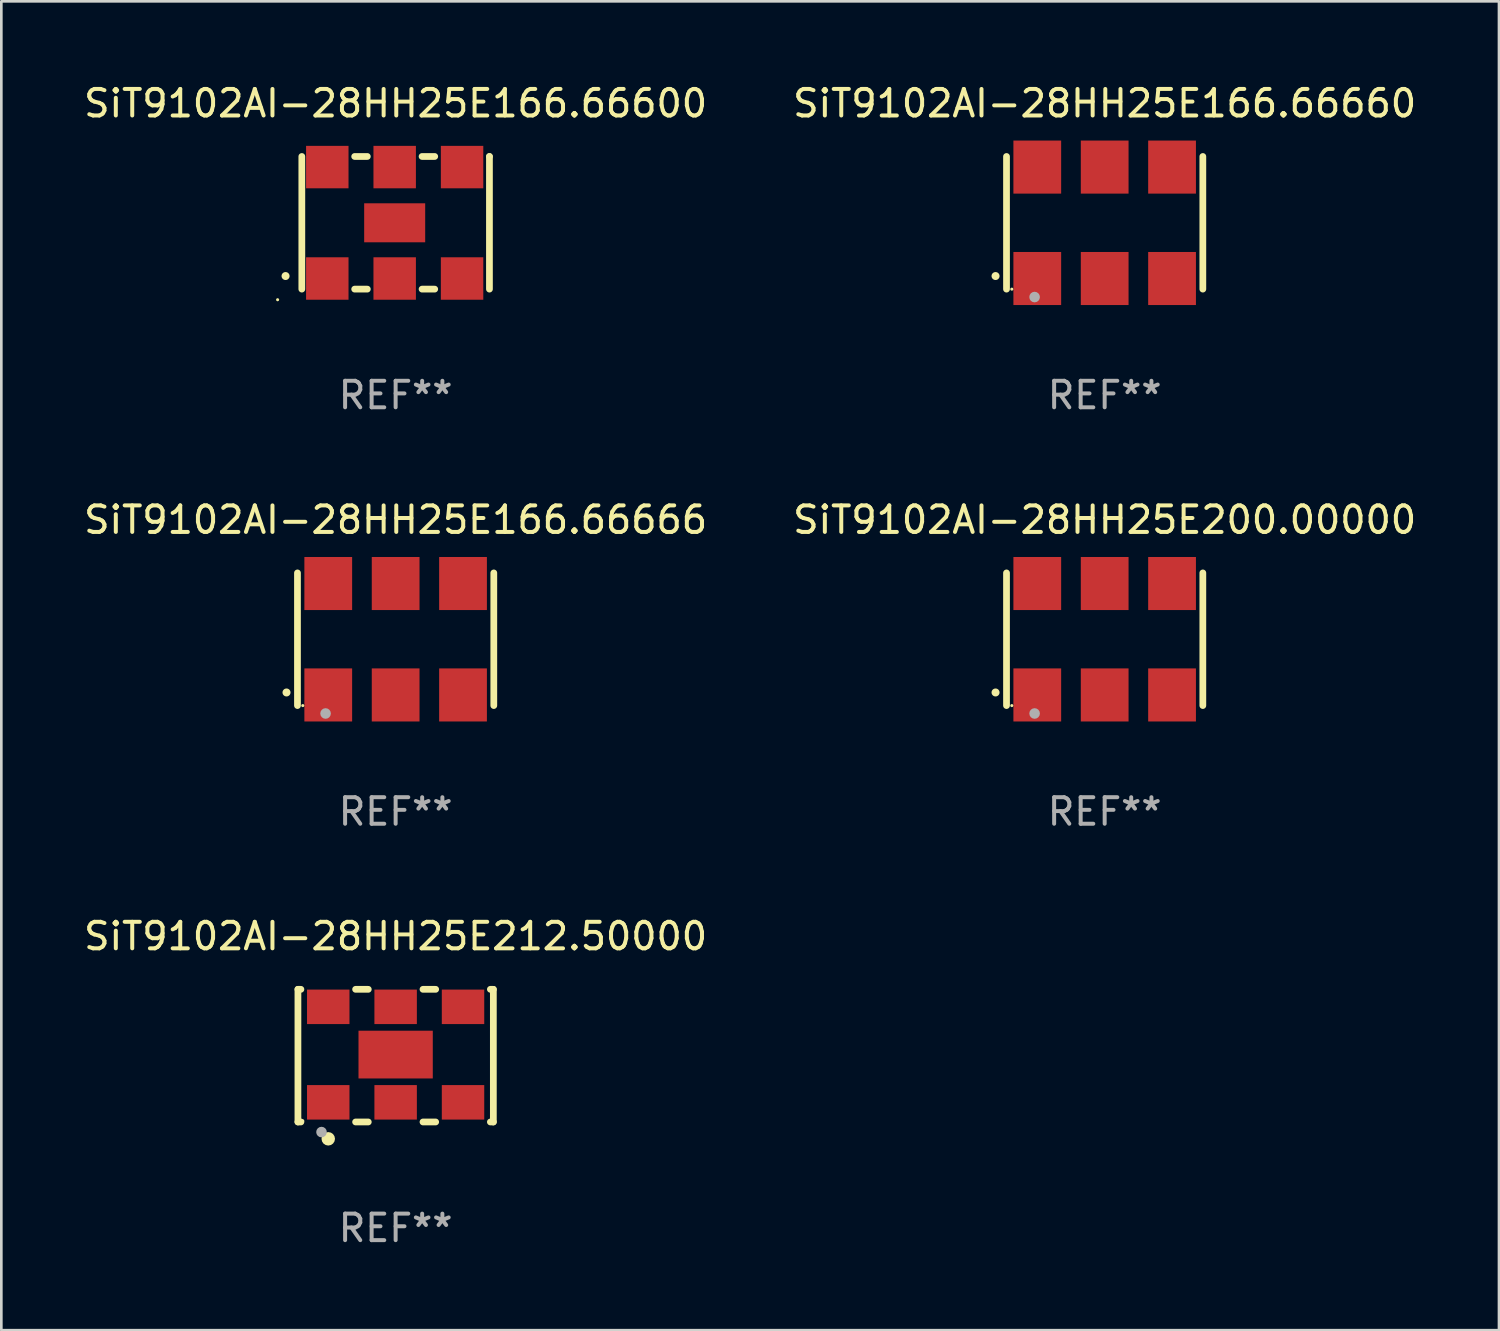
<source format=kicad_pcb>
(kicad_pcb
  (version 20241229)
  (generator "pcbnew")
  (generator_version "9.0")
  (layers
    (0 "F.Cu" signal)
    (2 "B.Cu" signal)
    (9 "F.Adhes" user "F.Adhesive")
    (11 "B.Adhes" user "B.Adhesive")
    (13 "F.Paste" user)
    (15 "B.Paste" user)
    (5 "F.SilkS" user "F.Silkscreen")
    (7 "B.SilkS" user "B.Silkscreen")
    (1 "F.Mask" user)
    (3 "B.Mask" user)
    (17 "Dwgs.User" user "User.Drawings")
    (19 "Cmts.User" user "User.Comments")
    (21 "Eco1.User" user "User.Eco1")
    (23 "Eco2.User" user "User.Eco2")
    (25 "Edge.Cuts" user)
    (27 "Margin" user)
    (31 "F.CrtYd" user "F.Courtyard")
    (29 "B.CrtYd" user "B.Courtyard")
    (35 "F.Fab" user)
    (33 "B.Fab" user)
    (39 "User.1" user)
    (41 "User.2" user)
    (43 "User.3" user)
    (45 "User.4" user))
  (footprint "SiT9102AI-28HH25E166.66600"
    (layer "F.Cu")
    (at 11.863 5.348)
    (property "Reference" "SiT9102AI-28HH25E166.66600" (at 0 -4.5 0) (layer "F.SilkS") (effects (font (size 1 1) (thickness 0.15))))
    (attr through_hole)
    (fp_line (start -3.536 -2.5) (end -3.536 2.5) (stroke (width 0.254) (type solid)) (layer "F.SilkS"))
    (fp_line (start -1.544 2.5) (end -1.067 2.5) (stroke (width 0.254) (type solid)) (layer "F.SilkS"))
    (fp_line (start -1.067 -2.5) (end -1.544 -2.5) (stroke (width 0.254) (type solid)) (layer "F.SilkS"))
    (fp_line (start 0.996 2.5) (end 1.473 2.5) (stroke (width 0.254) (type solid)) (layer "F.SilkS"))
    (fp_line (start 1.473 -2.5) (end 0.996 -2.5) (stroke (width 0.254) (type solid)) (layer "F.SilkS"))
    (fp_line (start 3.536 -2.5) (end 3.536 -2.5) (stroke (width 0.254) (type solid)) (layer "F.SilkS"))
    (fp_line (start 3.536 2.5) (end 3.536 -2.5) (stroke (width 0.254) (type solid)) (layer "F.SilkS"))
    (fp_arc (start -4.150432 2.006604) (mid -4.149162 2.006599) (end -4.147892 2.006604) (stroke (width 0.3) (type solid)) (layer "F.SilkS"))
    (fp_circle (center -4.449 2.9) (end -4.419 2.9) (stroke (width 0.06) (type solid)) (fill no) (layer "F.SilkS"))
    (fp_text user "REF**" (at 0 6.5 0) (layer "F.Fab") (effects (font (size 1 1) (thickness 0.15))))
    (pad "1" smd rect (at -2.576 2.1) (size 1.6 1.6) (layers "F.Cu" "F.Mask" "F.Paste"))
    (pad "2" smd rect (at -0.036 2.1) (size 1.6 1.6) (layers "F.Cu" "F.Mask" "F.Paste"))
    (pad "3" smd rect (at 2.504 2.1) (size 1.6 1.6) (layers "F.Cu" "F.Mask" "F.Paste"))
    (pad "4" smd rect (at 2.504 -2.1) (size 1.6 1.6) (layers "F.Cu" "F.Mask" "F.Paste"))
    (pad "5" smd rect (at -0.036 -2.1) (size 1.6 1.6) (layers "F.Cu" "F.Mask" "F.Paste"))
    (pad "6" smd rect (at -2.576 -2.1) (size 1.6 1.6) (layers "F.Cu" "F.Mask" "F.Paste"))
    (pad "7" smd rect (at -0.036 0) (size 2.3 1.47) (layers "F.Cu" "F.Mask" "F.Paste")))
  (footprint "SiT9102AI-28HH25E212.50000"
    (layer "F.Cu")
    (at 11.863 36.741)
    (property "Reference" "SiT9102AI-28HH25E212.50000" (at 0 -4.5 0) (layer "F.SilkS") (effects (font (size 1 1) (thickness 0.15))))
    (attr through_hole)
    (fp_line (start -3.683 -2.5) (end -3.571 -2.5) (stroke (width 0.254) (type solid)) (layer "F.SilkS"))
    (fp_line (start -3.683 2.5) (end -3.683 -2.5) (stroke (width 0.254) (type solid)) (layer "F.SilkS"))
    (fp_line (start -3.683 2.5) (end -3.571 2.5) (stroke (width 0.254) (type solid)) (layer "F.SilkS"))
    (fp_line (start -1.509 -2.5) (end -1.031 -2.5) (stroke (width 0.254) (type solid)) (layer "F.SilkS"))
    (fp_line (start -1.509 2.5) (end -1.031 2.5) (stroke (width 0.254) (type solid)) (layer "F.SilkS"))
    (fp_line (start 1.031 -2.5) (end 1.509 -2.5) (stroke (width 0.254) (type solid)) (layer "F.SilkS"))
    (fp_line (start 1.031 2.5) (end 1.509 2.5) (stroke (width 0.254) (type solid)) (layer "F.SilkS"))
    (fp_line (start 3.571 -2.5) (end 3.683 -2.5) (stroke (width 0.254) (type solid)) (layer "F.SilkS"))
    (fp_line (start 3.571 2.5) (end 3.683 2.5) (stroke (width 0.254) (type solid)) (layer "F.SilkS"))
    (fp_line (start 3.683 2.5) (end 3.683 -2.5) (stroke (width 0.254) (type solid)) (layer "F.SilkS"))
    (fp_circle (center -3.5 2.46) (end -3.47 2.46) (stroke (width 0.06) (type solid)) (fill no) (layer "F.SilkS"))
    (fp_circle (center -2.54 3.135) (end -2.413 3.135) (stroke (width 0.254) (type solid)) (fill no) (layer "F.SilkS"))
    (fp_circle (center -2.794 2.881) (end -2.694 2.881) (stroke (width 0.2) (type solid)) (fill no) (layer "F.Fab"))
    (fp_text user "REF**" (at 0 6.5 0) (layer "F.Fab") (effects (font (size 1 1) (thickness 0.15))))
    (pad "1" smd rect (at -2.54 1.76) (size 1.6 1.3) (layers "F.Cu" "F.Mask" "F.Paste"))
    (pad "2" smd rect (at 0 1.76) (size 1.6 1.3) (layers "F.Cu" "F.Mask" "F.Paste"))
    (pad "3" smd rect (at 2.54 1.76) (size 1.6 1.3) (layers "F.Cu" "F.Mask" "F.Paste"))
    (pad "4" smd rect (at 2.54 -1.84) (size 1.6 1.3) (layers "F.Cu" "F.Mask" "F.Paste"))
    (pad "5" smd rect (at 0 -1.84) (size 1.6 1.3) (layers "F.Cu" "F.Mask" "F.Paste"))
    (pad "6" smd rect (at -2.54 -1.84) (size 1.6 1.3) (layers "F.Cu" "F.Mask" "F.Paste"))
    (pad "7" smd rect (at 0 -0.04) (size 2.8 1.8) (layers "F.Cu" "F.Mask" "F.Paste")))
  (footprint "SiT9102AI-28HH25E200.00000"
    (layer "F.Cu")
    (at 38.589 21.045)
    (property "Reference" "SiT9102AI-28HH25E200.00000" (at 0 -4.5 0) (layer "F.SilkS") (effects (font (size 1 1) (thickness 0.15))))
    (attr through_hole)
    (fp_line (start -3.7 -2.5) (end -3.7 2.5) (stroke (width 0.254) (type solid)) (layer "F.SilkS"))
    (fp_line (start 3.7 -2.5) (end 3.7 2.5) (stroke (width 0.254) (type solid)) (layer "F.SilkS"))
    (fp_arc (start -4.114415 2.006604) (mid -4.113145 2.006599) (end -4.111875 2.006604) (stroke (width 0.3) (type solid)) (layer "F.SilkS"))
    (fp_circle (center -3.5 2.501) (end -3.47 2.501) (stroke (width 0.06) (type solid)) (fill no) (layer "F.SilkS"))
    (fp_circle (center -2.641 2.799) (end -2.541 2.799) (stroke (width 0.2) (type solid)) (fill no) (layer "F.Fab"))
    (fp_text user "REF**" (at 0 6.5 0) (layer "F.Fab") (effects (font (size 1 1) (thickness 0.15))))
    (pad "1" smd rect (at -2.54 2.1) (size 1.8 2) (layers "F.Cu" "F.Mask" "F.Paste"))
    (pad "2" smd rect (at 0.000394 2.1) (size 1.8 2) (layers "F.Cu" "F.Mask" "F.Paste"))
    (pad "3" smd rect (at 2.54 2.1) (size 1.8 2) (layers "F.Cu" "F.Mask" "F.Paste"))
    (pad "4" smd rect (at 2.54 -2.1) (size 1.8 2) (layers "F.Cu" "F.Mask" "F.Paste"))
    (pad "5" smd rect (at 0.000394 -2.1) (size 1.8 2) (layers "F.Cu" "F.Mask" "F.Paste"))
    (pad "6" smd rect (at -2.54 -2.1) (size 1.8 2) (layers "F.Cu" "F.Mask" "F.Paste")))
  (footprint "SiT9102AI-28HH25E166.66666"
    (layer "F.Cu")
    (at 11.863 21.045)
    (property "Reference" "SiT9102AI-28HH25E166.66666" (at 0 -4.5 0) (layer "F.SilkS") (effects (font (size 1 1) (thickness 0.15))))
    (attr through_hole)
    (fp_line (start -3.7 -2.5) (end -3.7 2.5) (stroke (width 0.254) (type solid)) (layer "F.SilkS"))
    (fp_line (start 3.7 -2.5) (end 3.7 2.5) (stroke (width 0.254) (type solid)) (layer "F.SilkS"))
    (fp_arc (start -4.114415 2.006604) (mid -4.113145 2.006599) (end -4.111875 2.006604) (stroke (width 0.3) (type solid)) (layer "F.SilkS"))
    (fp_circle (center -3.5 2.501) (end -3.47 2.501) (stroke (width 0.06) (type solid)) (fill no) (layer "F.SilkS"))
    (fp_circle (center -2.641 2.799) (end -2.541 2.799) (stroke (width 0.2) (type solid)) (fill no) (layer "F.Fab"))
    (fp_text user "REF**" (at 0 6.5 0) (layer "F.Fab") (effects (font (size 1 1) (thickness 0.15))))
    (pad "1" smd rect (at -2.54 2.1) (size 1.8 2) (layers "F.Cu" "F.Mask" "F.Paste"))
    (pad "2" smd rect (at 0.000394 2.1) (size 1.8 2) (layers "F.Cu" "F.Mask" "F.Paste"))
    (pad "3" smd rect (at 2.54 2.1) (size 1.8 2) (layers "F.Cu" "F.Mask" "F.Paste"))
    (pad "4" smd rect (at 2.54 -2.1) (size 1.8 2) (layers "F.Cu" "F.Mask" "F.Paste"))
    (pad "5" smd rect (at 0.000394 -2.1) (size 1.8 2) (layers "F.Cu" "F.Mask" "F.Paste"))
    (pad "6" smd rect (at -2.54 -2.1) (size 1.8 2) (layers "F.Cu" "F.Mask" "F.Paste")))
  (footprint "SiT9102AI-28HH25E166.66660"
    (layer "F.Cu")
    (at 38.589 5.348)
    (property "Reference" "SiT9102AI-28HH25E166.66660" (at 0 -4.5 0) (layer "F.SilkS") (effects (font (size 1 1) (thickness 0.15))))
    (attr through_hole)
    (fp_line (start -3.7 -2.5) (end -3.7 2.5) (stroke (width 0.254) (type solid)) (layer "F.SilkS"))
    (fp_line (start 3.7 -2.5) (end 3.7 2.5) (stroke (width 0.254) (type solid)) (layer "F.SilkS"))
    (fp_arc (start -4.114415 2.006604) (mid -4.113145 2.006599) (end -4.111875 2.006604) (stroke (width 0.3) (type solid)) (layer "F.SilkS"))
    (fp_circle (center -3.5 2.501) (end -3.47 2.501) (stroke (width 0.06) (type solid)) (fill no) (layer "F.SilkS"))
    (fp_circle (center -2.641 2.799) (end -2.541 2.799) (stroke (width 0.2) (type solid)) (fill no) (layer "F.Fab"))
    (fp_text user "REF**" (at 0 6.5 0) (layer "F.Fab") (effects (font (size 1 1) (thickness 0.15))))
    (pad "1" smd rect (at -2.54 2.1) (size 1.8 2) (layers "F.Cu" "F.Mask" "F.Paste"))
    (pad "2" smd rect (at 0.000394 2.1) (size 1.8 2) (layers "F.Cu" "F.Mask" "F.Paste"))
    (pad "3" smd rect (at 2.54 2.1) (size 1.8 2) (layers "F.Cu" "F.Mask" "F.Paste"))
    (pad "4" smd rect (at 2.54 -2.1) (size 1.8 2) (layers "F.Cu" "F.Mask" "F.Paste"))
    (pad "5" smd rect (at 0.000394 -2.1) (size 1.8 2) (layers "F.Cu" "F.Mask" "F.Paste"))
    (pad "6" smd rect (at -2.54 -2.1) (size 1.8 2) (layers "F.Cu" "F.Mask" "F.Paste")))
  (gr_rect
    (start -3 -3)
    (end 53.452 47.09)
    (stroke (width 0.1) (type default))
    (fill no)
    (layer "Edge.Cuts")))
</source>
